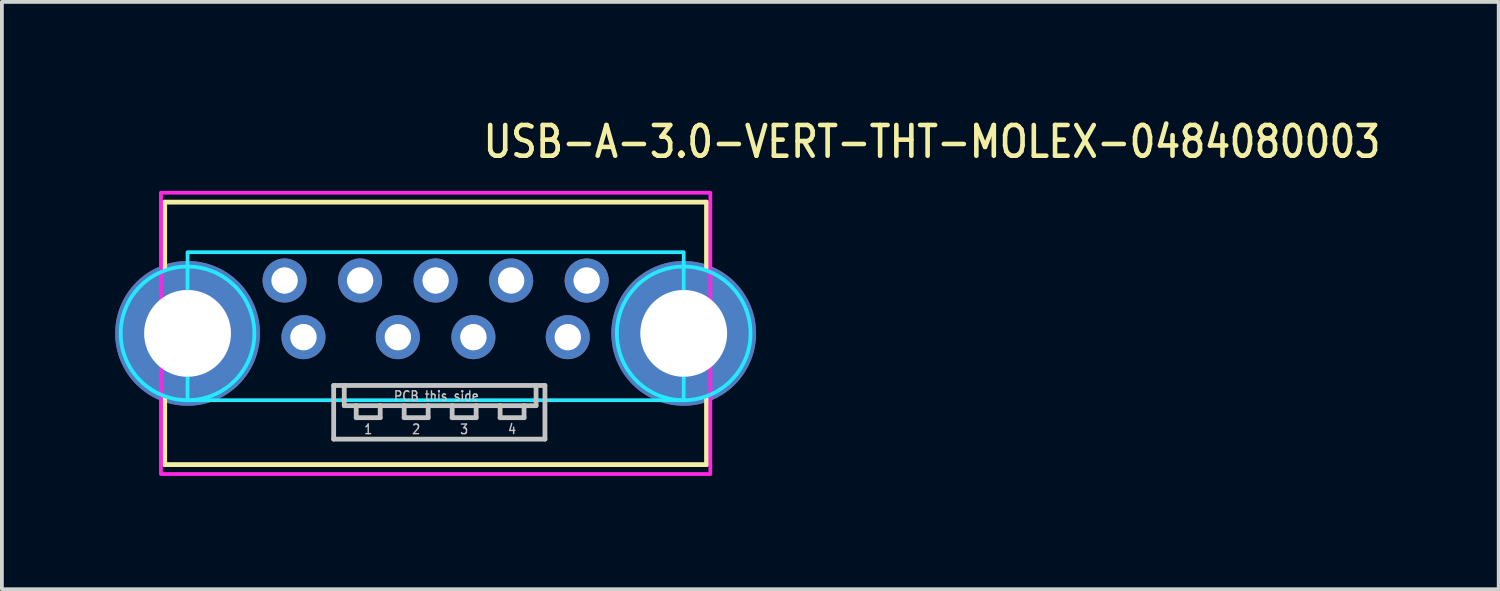
<source format=kicad_pcb>
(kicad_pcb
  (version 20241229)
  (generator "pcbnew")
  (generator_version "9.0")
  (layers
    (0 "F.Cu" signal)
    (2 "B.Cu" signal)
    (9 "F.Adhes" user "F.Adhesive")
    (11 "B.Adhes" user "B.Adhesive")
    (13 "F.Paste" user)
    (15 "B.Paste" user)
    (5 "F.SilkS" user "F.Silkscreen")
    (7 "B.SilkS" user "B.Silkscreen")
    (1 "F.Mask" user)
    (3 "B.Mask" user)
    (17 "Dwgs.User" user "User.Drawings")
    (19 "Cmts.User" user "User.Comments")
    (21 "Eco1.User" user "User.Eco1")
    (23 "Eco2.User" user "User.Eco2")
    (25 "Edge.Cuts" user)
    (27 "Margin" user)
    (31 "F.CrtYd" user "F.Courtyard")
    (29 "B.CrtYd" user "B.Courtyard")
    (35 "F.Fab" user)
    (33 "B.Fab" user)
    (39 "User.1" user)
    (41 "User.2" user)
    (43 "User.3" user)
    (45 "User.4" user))
  (footprint "USB-A-3.0-VERT-THT-MOLEX-0484080003"
    (layer "F.Cu")
    (at 8.487 5.779)
    (property "Reference" "USB-A-3.0-VERT-THT-MOLEX-0484080003" (at 1.2 -4.6 0) (unlocked yes) (layer "F.SilkS") (effects (font (size 0.813 0.695) (thickness 0.122)) (justify left bottom)))
    (fp_line (start -7.175 -3.475) (end -7.175 -1.742) (stroke (width 0.127) (type solid)) (layer "F.SilkS"))
    (fp_line (start -7.175 -3.475) (end 7.175 -3.475) (stroke (width 0.127) (type solid)) (layer "F.SilkS"))
    (fp_line (start -7.175 3.475) (end -7.175 1.742) (stroke (width 0.127) (type solid)) (layer "F.SilkS"))
    (fp_line (start 7.175 -3.475) (end 7.175 -1.742) (stroke (width 0.127) (type solid)) (layer "F.SilkS"))
    (fp_line (start 7.175 3.475) (end -7.175 3.475) (stroke (width 0.127) (type solid)) (layer "F.SilkS"))
    (fp_line (start 7.175 3.475) (end 7.175 1.742) (stroke (width 0.127) (type solid)) (layer "F.SilkS"))
    (fp_line (start -2.7 1.38) (end -2.42 1.38) (stroke (width 0.127) (type solid)) (layer "Dwgs.User"))
    (fp_line (start -2.7 2.8) (end -2.7 1.38) (stroke (width 0.127) (type solid)) (layer "Dwgs.User"))
    (fp_line (start -2.42 1.38) (end -2.42 1.915) (stroke (width 0.127) (type solid)) (layer "Dwgs.User"))
    (fp_line (start -2.42 1.38) (end 2.66 1.38) (stroke (width 0.127) (type solid)) (layer "Dwgs.User"))
    (fp_line (start -2.42 1.915) (end -2.103 1.915) (stroke (width 0.127) (type solid)) (layer "Dwgs.User"))
    (fp_line (start -2.103 1.915) (end -2.103 2.232) (stroke (width 0.127) (type solid)) (layer "Dwgs.User"))
    (fp_line (start -2.103 1.915) (end -1.468 1.915) (stroke (width 0.127) (type solid)) (layer "Dwgs.User"))
    (fp_line (start -2.103 2.232) (end -1.468 2.232) (stroke (width 0.127) (type solid)) (layer "Dwgs.User"))
    (fp_line (start -1.468 1.915) (end -0.833 1.915) (stroke (width 0.127) (type solid)) (layer "Dwgs.User"))
    (fp_line (start -1.468 2.232) (end -1.468 1.915) (stroke (width 0.127) (type solid)) (layer "Dwgs.User"))
    (fp_line (start -0.833 1.915) (end -0.833 2.232) (stroke (width 0.127) (type solid)) (layer "Dwgs.User"))
    (fp_line (start -0.833 1.915) (end -0.198 1.915) (stroke (width 0.127) (type solid)) (layer "Dwgs.User"))
    (fp_line (start -0.833 2.232) (end -0.198 2.232) (stroke (width 0.127) (type solid)) (layer "Dwgs.User"))
    (fp_line (start -0.198 1.915) (end 0.438 1.915) (stroke (width 0.127) (type solid)) (layer "Dwgs.User"))
    (fp_line (start -0.198 2.232) (end -0.198 1.915) (stroke (width 0.127) (type solid)) (layer "Dwgs.User"))
    (fp_line (start 0.438 1.915) (end 0.438 2.232) (stroke (width 0.127) (type solid)) (layer "Dwgs.User"))
    (fp_line (start 0.438 1.915) (end 1.073 1.915) (stroke (width 0.127) (type solid)) (layer "Dwgs.User"))
    (fp_line (start 0.438 2.232) (end 1.073 2.232) (stroke (width 0.127) (type solid)) (layer "Dwgs.User"))
    (fp_line (start 1.073 1.915) (end 1.708 1.915) (stroke (width 0.127) (type solid)) (layer "Dwgs.User"))
    (fp_line (start 1.073 2.232) (end 1.073 1.915) (stroke (width 0.127) (type solid)) (layer "Dwgs.User"))
    (fp_line (start 1.708 1.915) (end 1.708 2.232) (stroke (width 0.127) (type solid)) (layer "Dwgs.User"))
    (fp_line (start 1.708 1.915) (end 2.342 1.915) (stroke (width 0.127) (type solid)) (layer "Dwgs.User"))
    (fp_line (start 1.708 2.232) (end 2.342 2.232) (stroke (width 0.127) (type solid)) (layer "Dwgs.User"))
    (fp_line (start 2.342 1.915) (end 2.66 1.915) (stroke (width 0.127) (type solid)) (layer "Dwgs.User"))
    (fp_line (start 2.342 2.232) (end 2.342 1.915) (stroke (width 0.127) (type solid)) (layer "Dwgs.User"))
    (fp_line (start 2.66 1.38) (end 2.895 1.38) (stroke (width 0.127) (type solid)) (layer "Dwgs.User"))
    (fp_line (start 2.66 1.915) (end 2.66 1.38) (stroke (width 0.127) (type solid)) (layer "Dwgs.User"))
    (fp_line (start 2.895 1.38) (end 2.895 2.8) (stroke (width 0.127) (type solid)) (layer "Dwgs.User"))
    (fp_line (start 2.895 2.8) (end -2.7 2.8) (stroke (width 0.127) (type solid)) (layer "Dwgs.User"))
    (fp_circle (center -6.57 0) (end -6.57 1.77) (stroke (width 0.1) (type solid)) (fill no) (layer "B.CrtYd"))
    (fp_circle (center 6.57 0) (end 6.57 -1.77) (stroke (width 0.1) (type solid)) (fill no) (layer "B.CrtYd"))
    (fp_poly (pts (xy -6.57 -2.15) (xy 6.57 -2.15) (xy 6.57 -1.77) (xy 6.57 1.77) (xy -6.57 1.77) (xy -6.57 -1.77)) (stroke (width 0.1) (type solid)) (fill no) (layer "B.CrtYd"))
    (fp_poly (pts (xy -7.275 -3.725) (xy 7.275 -3.725) (xy 7.275 -1.62) (xy 7.275 1.62) (xy 7.275 3.725) (xy -7.275 3.725) (xy -7.275 1.62) (xy -7.275 -1.62)) (stroke (width 0.1) (type solid)) (fill no) (layer "F.CrtYd"))
    (fp_text user "4" (at 2.025 2.391 0) (unlocked yes) (layer "Dwgs.User") (effects (font (size 0.254 0.217) (thickness 0.038)) (justify top)))
    (fp_text user "3" (at 0.755 2.391 0) (unlocked yes) (layer "Dwgs.User") (effects (font (size 0.254 0.217) (thickness 0.038)) (justify top)))
    (fp_text user "2" (at -0.515 2.391 0) (unlocked yes) (layer "Dwgs.User") (effects (font (size 0.254 0.217) (thickness 0.038)) (justify top)))
    (fp_text user "1" (at -1.785 2.391 0) (unlocked yes) (layer "Dwgs.User") (effects (font (size 0.254 0.217) (thickness 0.038)) (justify top)))
    (fp_text user "PCB this side" (at 0.02 1.512 0) (unlocked yes) (layer "Dwgs.User") (effects (font (size 0.254 0.217) (thickness 0.038)) (justify top)))
    (pad "P$1" thru_hole oval (at -3.5 0.1) (size 1.167 1.167) (drill 0.7) (layers "*.Cu" "*.Mask"))
    (pad "P$2" thru_hole oval (at -1 0.1) (size 1.167 1.167) (drill 0.7) (layers "*.Cu" "*.Mask"))
    (pad "P$3" thru_hole oval (at 1 0.1) (size 1.167 1.167) (drill 0.7) (layers "*.Cu" "*.Mask"))
    (pad "P$4" thru_hole oval (at 3.5 0.1) (size 1.167 1.167) (drill 0.7) (layers "*.Cu" "*.Mask"))
    (pad "P$5" thru_hole oval (at 4 -1.4) (size 1.167 1.167) (drill 0.7) (layers "*.Cu" "*.Mask"))
    (pad "P$6" thru_hole oval (at 2 -1.4) (size 1.167 1.167) (drill 0.7) (layers "*.Cu" "*.Mask"))
    (pad "P$7" thru_hole oval (at 0 -1.4) (size 1.167 1.167) (drill 0.7) (layers "*.Cu" "*.Mask"))
    (pad "P$8" thru_hole oval (at -2 -1.4) (size 1.167 1.167) (drill 0.7) (layers "*.Cu" "*.Mask"))
    (pad "P$9" thru_hole oval (at -4 -1.4) (size 1.167 1.167) (drill 0.7) (layers "*.Cu" "*.Mask"))
    (pad "S$1" thru_hole oval (at -6.57 0) (size 3.833 3.833) (drill 2.3) (layers "*.Cu" "*.Mask"))
    (pad "S$2" thru_hole oval (at 6.57 0) (size 3.833 3.833) (drill 2.3) (layers "*.Cu" "*.Mask")))
  (gr_rect
    (start -3 -3)
    (end 36.641 12.554)
    (stroke (width 0.1) (type default))
    (fill no)
    (layer "Edge.Cuts")))
</source>
